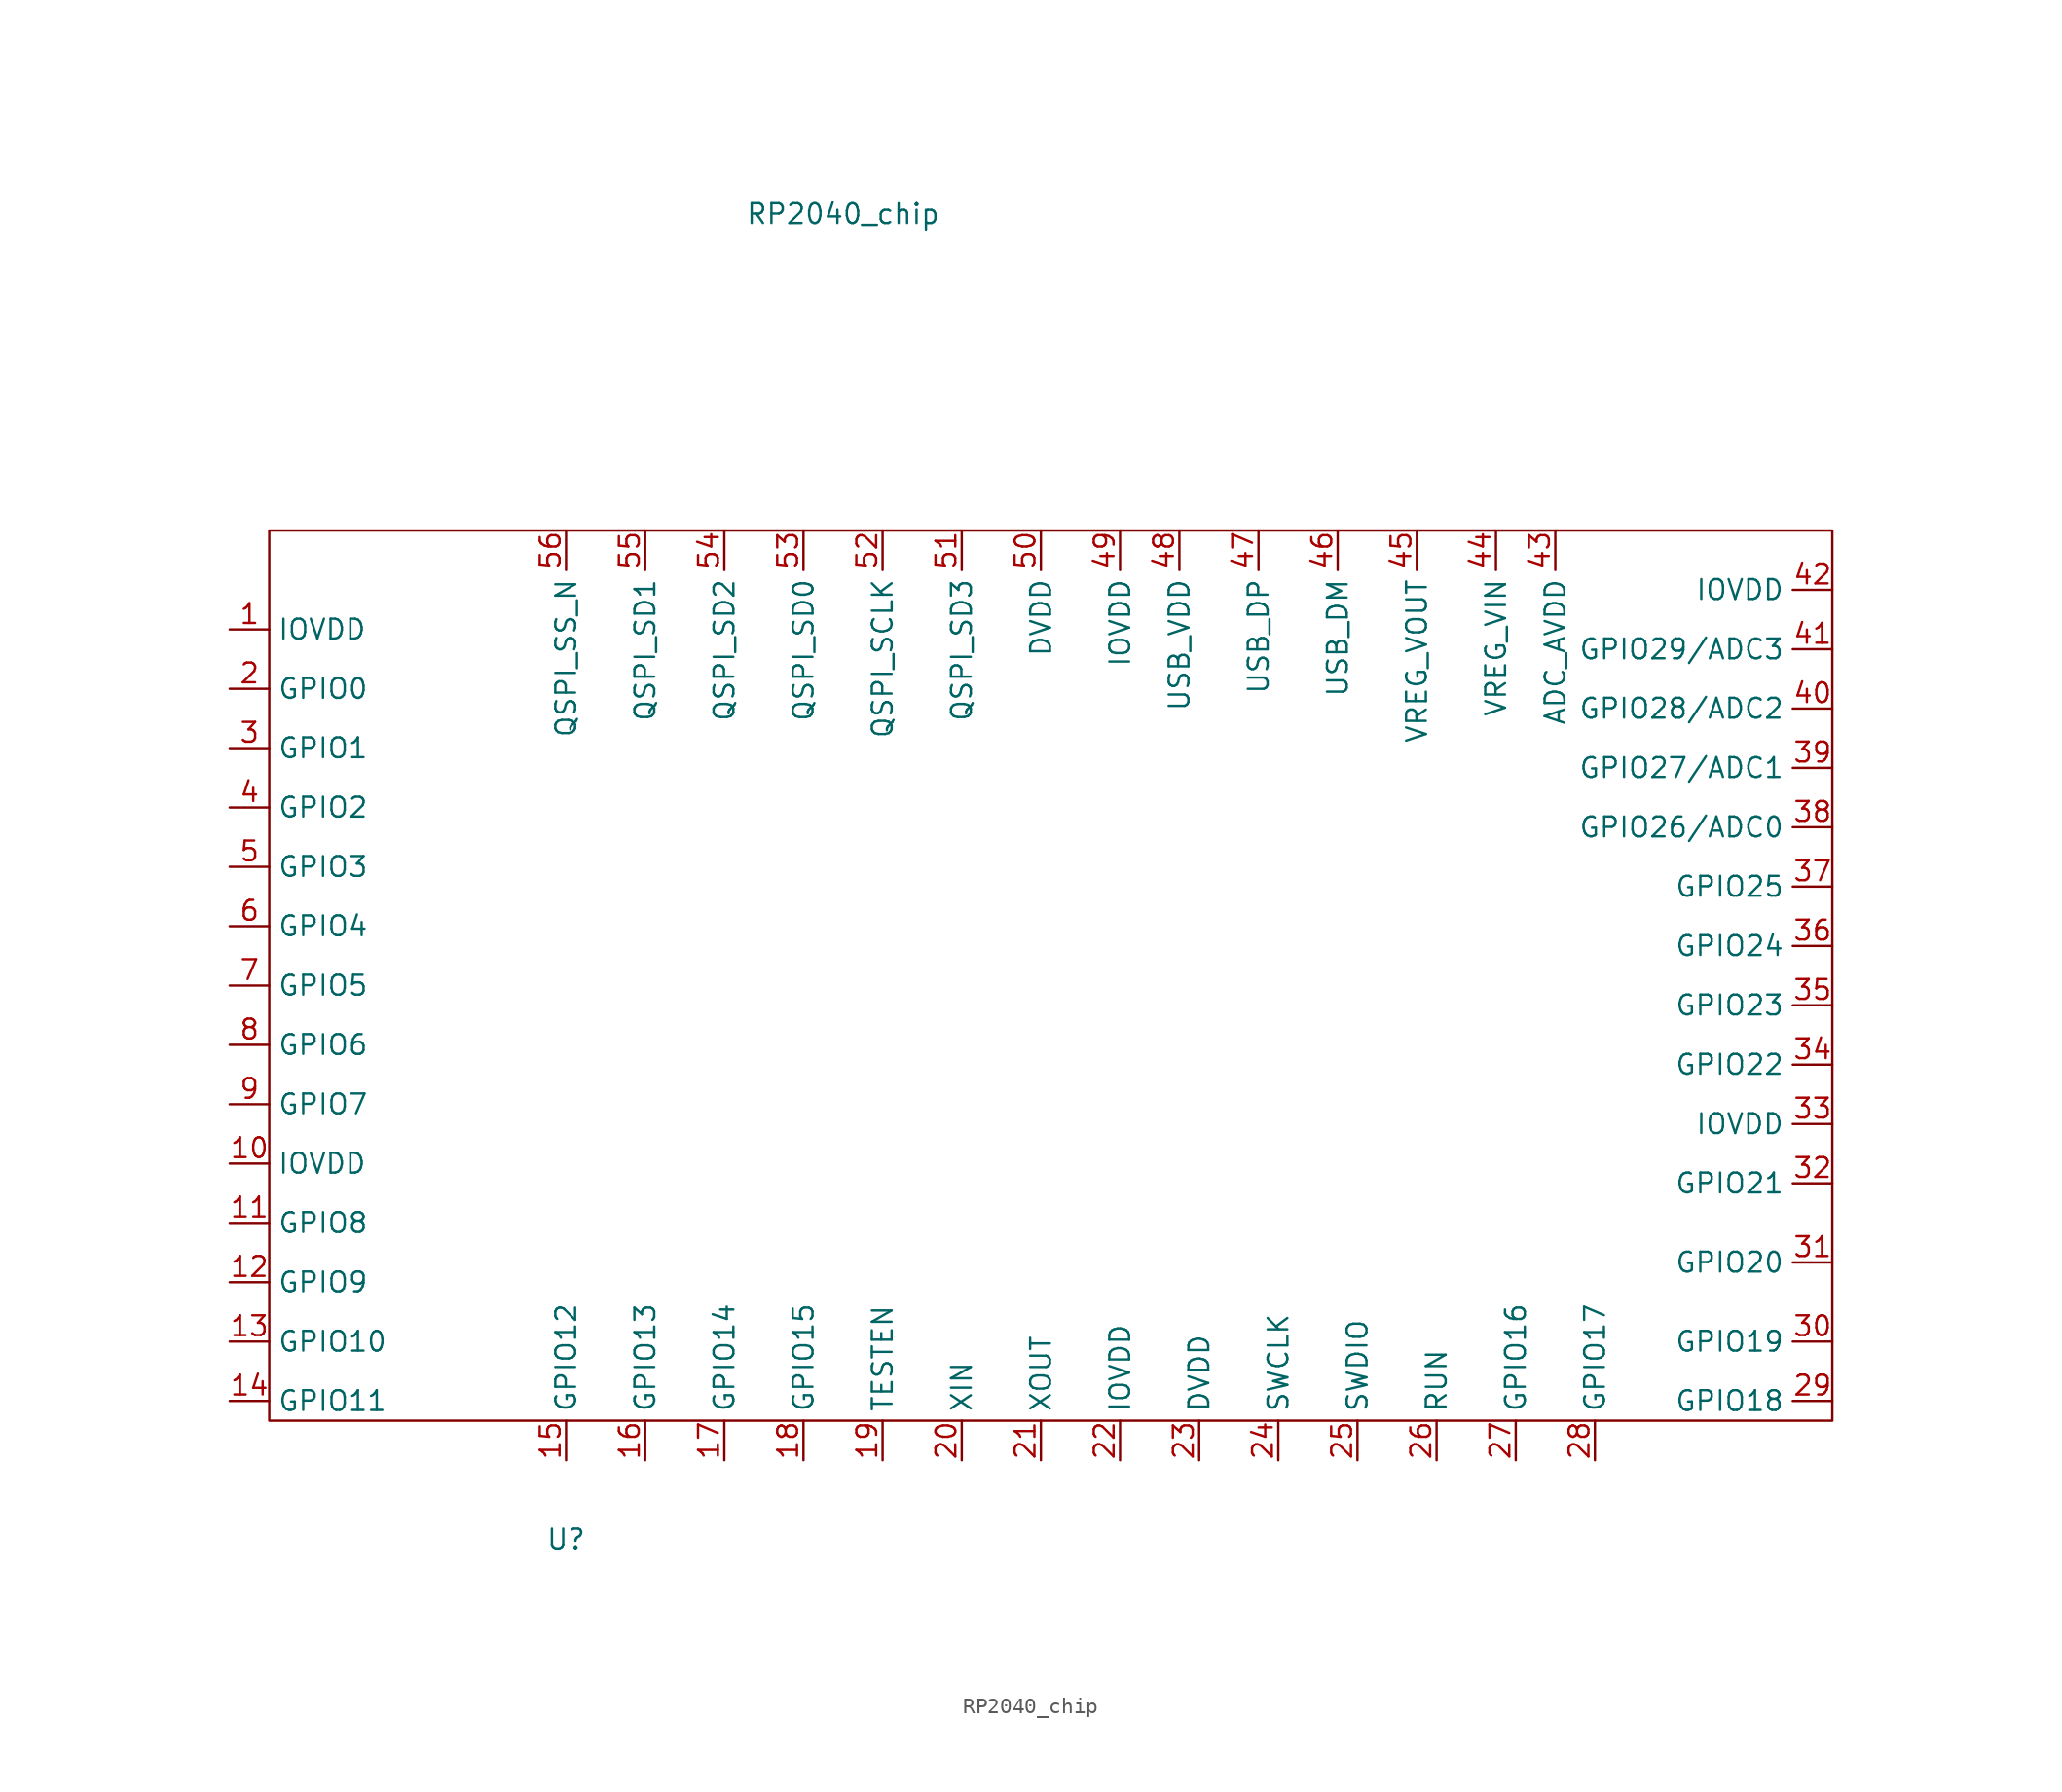
<source format=kicad_sym>
(kicad_symbol_lib
  (version 20211014)
  (generator kicad_symbol_editor)
  (symbol "RP2040_chip"
    (property "Reference" "U"
      (at 0 0 0)
      (effects (font (size 1.27 1.27))))
    (property "Value" "RP2040_chip"
      (at 17.78 85.09 0)
      (effects (font (size 1.27 1.27))))
    (symbol "RP2040_chip_0_1"
      (rectangle (start -19.05 64.77) (end 81.28 7.62) (stroke (width 0) (type default) (color 0 0 0 0)) (fill (type none))))
    (symbol "RP2040_chip_1_1"
      (pin input line (at -21.59 58.42 0) (length 2.54) (name "IOVDD" (effects (font (size 1.27 1.27)))) (number "1" (effects (font (size 1.27 1.27)))))
      (pin input line (at -21.59 24.13 0) (length 2.54) (name "IOVDD" (effects (font (size 1.27 1.27)))) (number "10" (effects (font (size 1.27 1.27)))))
      (pin bidirectional line (at -21.59 20.32 0) (length 2.54) (name "GPIO8" (effects (font (size 1.27 1.27)))) (number "11" (effects (font (size 1.27 1.27)))))
      (pin bidirectional line (at -21.59 16.51 0) (length 2.54) (name "GPIO9" (effects (font (size 1.27 1.27)))) (number "12" (effects (font (size 1.27 1.27)))))
      (pin bidirectional line (at -21.59 12.7 0) (length 2.54) (name "GPIO10" (effects (font (size 1.27 1.27)))) (number "13" (effects (font (size 1.27 1.27)))))
      (pin bidirectional line (at -21.59 8.89 0) (length 2.54) (name "GPIO11" (effects (font (size 1.27 1.27)))) (number "14" (effects (font (size 1.27 1.27)))))
      (pin bidirectional line (at 0 5.08 90) (length 2.54) (name "GPIO12" (effects (font (size 1.27 1.27)))) (number "15" (effects (font (size 1.27 1.27)))))
      (pin bidirectional line (at 5.08 5.08 90) (length 2.54) (name "GPIO13" (effects (font (size 1.27 1.27)))) (number "16" (effects (font (size 1.27 1.27)))))
      (pin bidirectional line (at 10.16 5.08 90) (length 2.54) (name "GPIO14" (effects (font (size 1.27 1.27)))) (number "17" (effects (font (size 1.27 1.27)))))
      (pin bidirectional line (at 15.24 5.08 90) (length 2.54) (name "GPIO15" (effects (font (size 1.27 1.27)))) (number "18" (effects (font (size 1.27 1.27)))))
      (pin bidirectional line (at 20.32 5.08 90) (length 2.54) (name "TESTEN" (effects (font (size 1.27 1.27)))) (number "19" (effects (font (size 1.27 1.27)))))
      (pin bidirectional line (at -21.59 54.61 0) (length 2.54) (name "GPIO0" (effects (font (size 1.27 1.27)))) (number "2" (effects (font (size 1.27 1.27)))))
      (pin bidirectional line (at 25.4 5.08 90) (length 2.54) (name "XIN" (effects (font (size 1.27 1.27)))) (number "20" (effects (font (size 1.27 1.27)))))
      (pin bidirectional line (at 30.48 5.08 90) (length 2.54) (name "XOUT" (effects (font (size 1.27 1.27)))) (number "21" (effects (font (size 1.27 1.27)))))
      (pin input line (at 35.56 5.08 90) (length 2.54) (name "IOVDD" (effects (font (size 1.27 1.27)))) (number "22" (effects (font (size 1.27 1.27)))))
      (pin bidirectional line (at 40.64 5.08 90) (length 2.54) (name "DVDD" (effects (font (size 1.27 1.27)))) (number "23" (effects (font (size 1.27 1.27)))))
      (pin bidirectional line (at 45.72 5.08 90) (length 2.54) (name "SWCLK" (effects (font (size 1.27 1.27)))) (number "24" (effects (font (size 1.27 1.27)))))
      (pin bidirectional line (at 50.8 5.08 90) (length 2.54) (name "SWDIO" (effects (font (size 1.27 1.27)))) (number "25" (effects (font (size 1.27 1.27)))))
      (pin bidirectional line (at 55.88 5.08 90) (length 2.54) (name "RUN" (effects (font (size 1.27 1.27)))) (number "26" (effects (font (size 1.27 1.27)))))
      (pin bidirectional line (at 60.96 5.08 90) (length 2.54) (name "GPIO16" (effects (font (size 1.27 1.27)))) (number "27" (effects (font (size 1.27 1.27)))))
      (pin bidirectional line (at 66.04 5.08 90) (length 2.54) (name "GPIO17" (effects (font (size 1.27 1.27)))) (number "28" (effects (font (size 1.27 1.27)))))
      (pin bidirectional line (at 81.28 8.89 180) (length 2.54) (name "GPIO18" (effects (font (size 1.27 1.27)))) (number "29" (effects (font (size 1.27 1.27)))))
      (pin bidirectional line (at -21.59 50.8 0) (length 2.54) (name "GPIO1" (effects (font (size 1.27 1.27)))) (number "3" (effects (font (size 1.27 1.27)))))
      (pin bidirectional line (at 81.28 12.7 180) (length 2.54) (name "GPIO19" (effects (font (size 1.27 1.27)))) (number "30" (effects (font (size 1.27 1.27)))))
      (pin bidirectional line (at 81.28 17.78 180) (length 2.54) (name "GPIO20" (effects (font (size 1.27 1.27)))) (number "31" (effects (font (size 1.27 1.27)))))
      (pin bidirectional line (at 81.28 22.86 180) (length 2.54) (name "GPIO21" (effects (font (size 1.27 1.27)))) (number "32" (effects (font (size 1.27 1.27)))))
      (pin input line (at 81.28 26.67 180) (length 2.54) (name "IOVDD" (effects (font (size 1.27 1.27)))) (number "33" (effects (font (size 1.27 1.27)))))
      (pin bidirectional line (at 81.28 30.48 180) (length 2.54) (name "GPIO22" (effects (font (size 1.27 1.27)))) (number "34" (effects (font (size 1.27 1.27)))))
      (pin bidirectional line (at 81.28 34.29 180) (length 2.54) (name "GPIO23" (effects (font (size 1.27 1.27)))) (number "35" (effects (font (size 1.27 1.27)))))
      (pin bidirectional line (at 81.28 38.1 180) (length 2.54) (name "GPIO24" (effects (font (size 1.27 1.27)))) (number "36" (effects (font (size 1.27 1.27)))))
      (pin bidirectional line (at 81.28 41.91 180) (length 2.54) (name "GPIO25" (effects (font (size 1.27 1.27)))) (number "37" (effects (font (size 1.27 1.27)))))
      (pin bidirectional line (at 81.28 45.72 180) (length 2.54) (name "GPIO26/ADC0" (effects (font (size 1.27 1.27)))) (number "38" (effects (font (size 1.27 1.27)))))
      (pin bidirectional line (at 81.28 49.53 180) (length 2.54) (name "GPIO27/ADC1" (effects (font (size 1.27 1.27)))) (number "39" (effects (font (size 1.27 1.27)))))
      (pin bidirectional line (at -21.59 46.99 0) (length 2.54) (name "GPIO2" (effects (font (size 1.27 1.27)))) (number "4" (effects (font (size 1.27 1.27)))))
      (pin bidirectional line (at 81.28 53.34 180) (length 2.54) (name "GPIO28/ADC2" (effects (font (size 1.27 1.27)))) (number "40" (effects (font (size 1.27 1.27)))))
      (pin bidirectional line (at 81.28 57.15 180) (length 2.54) (name "GPIO29/ADC3" (effects (font (size 1.27 1.27)))) (number "41" (effects (font (size 1.27 1.27)))))
      (pin input line (at 81.28 60.96 180) (length 2.54) (name "IOVDD" (effects (font (size 1.27 1.27)))) (number "42" (effects (font (size 1.27 1.27)))))
      (pin bidirectional line (at 63.5 64.77 270) (length 2.54) (name "ADC_AVDD" (effects (font (size 1.27 1.27)))) (number "43" (effects (font (size 1.27 1.27)))))
      (pin bidirectional line (at 59.69 64.77 270) (length 2.54) (name "VREG_VIN" (effects (font (size 1.27 1.27)))) (number "44" (effects (font (size 1.27 1.27)))))
      (pin bidirectional line (at 54.61 64.77 270) (length 2.54) (name "VREG_VOUT" (effects (font (size 1.27 1.27)))) (number "45" (effects (font (size 1.27 1.27)))))
      (pin bidirectional line (at 49.53 64.77 270) (length 2.54) (name "USB_DM" (effects (font (size 1.27 1.27)))) (number "46" (effects (font (size 1.27 1.27)))))
      (pin bidirectional line (at 44.45 64.77 270) (length 2.54) (name "USB_DP" (effects (font (size 1.27 1.27)))) (number "47" (effects (font (size 1.27 1.27)))))
      (pin bidirectional line (at 39.37 64.77 270) (length 2.54) (name "USB_VDD" (effects (font (size 1.27 1.27)))) (number "48" (effects (font (size 1.27 1.27)))))
      (pin input line (at 35.56 64.77 270) (length 2.54) (name "IOVDD" (effects (font (size 1.27 1.27)))) (number "49" (effects (font (size 1.27 1.27)))))
      (pin bidirectional line (at -21.59 43.18 0) (length 2.54) (name "GPIO3" (effects (font (size 1.27 1.27)))) (number "5" (effects (font (size 1.27 1.27)))))
      (pin bidirectional line (at 30.48 64.77 270) (length 2.54) (name "DVDD" (effects (font (size 1.27 1.27)))) (number "50" (effects (font (size 1.27 1.27)))))
      (pin bidirectional line (at 25.4 64.77 270) (length 2.54) (name "QSPI_SD3" (effects (font (size 1.27 1.27)))) (number "51" (effects (font (size 1.27 1.27)))))
      (pin bidirectional line (at 20.32 64.77 270) (length 2.54) (name "QSPI_SCLK" (effects (font (size 1.27 1.27)))) (number "52" (effects (font (size 1.27 1.27)))))
      (pin bidirectional line (at 15.24 64.77 270) (length 2.54) (name "QSPI_SD0" (effects (font (size 1.27 1.27)))) (number "53" (effects (font (size 1.27 1.27)))))
      (pin bidirectional line (at 10.16 64.77 270) (length 2.54) (name "QSPI_SD2" (effects (font (size 1.27 1.27)))) (number "54" (effects (font (size 1.27 1.27)))))
      (pin bidirectional line (at 5.08 64.77 270) (length 2.54) (name "QSPI_SD1" (effects (font (size 1.27 1.27)))) (number "55" (effects (font (size 1.27 1.27)))))
      (pin bidirectional line (at 0 64.77 270) (length 2.54) (name "QSPI_SS_N" (effects (font (size 1.27 1.27)))) (number "56" (effects (font (size 1.27 1.27)))))
      (pin bidirectional line (at -21.59 39.37 0) (length 2.54) (name "GPIO4" (effects (font (size 1.27 1.27)))) (number "6" (effects (font (size 1.27 1.27)))))
      (pin bidirectional line (at -21.59 35.56 0) (length 2.54) (name "GPIO5" (effects (font (size 1.27 1.27)))) (number "7" (effects (font (size 1.27 1.27)))))
      (pin bidirectional line (at -21.59 31.75 0) (length 2.54) (name "GPIO6" (effects (font (size 1.27 1.27)))) (number "8" (effects (font (size 1.27 1.27)))))
      (pin bidirectional line (at -21.59 27.94 0) (length 2.54) (name "GPIO7" (effects (font (size 1.27 1.27)))) (number "9" (effects (font (size 1.27 1.27))))))))
</source>
